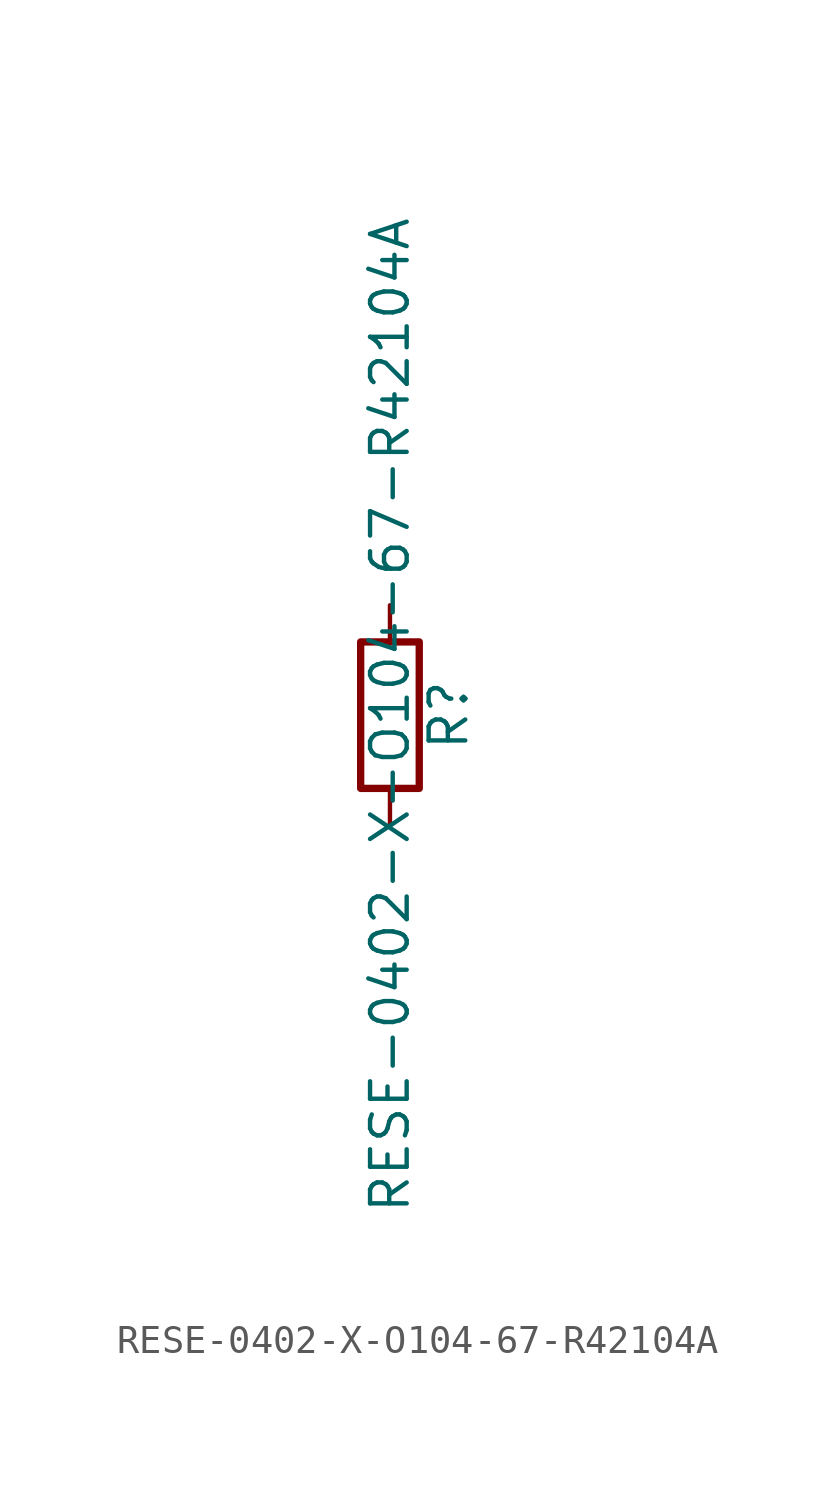
<source format=kicad_sym>
(kicad_symbol_lib
  (version 20211014)
  (generator kicad_symbol_editor)
  (symbol "RESE-0402-X-O104-67-R42104A"
    (pin_numbers hide)
    (pin_names
      (offset 0))
    (property "Reference" "R"
      (at 2.032 0 90)
      (effects (font (size 1.27 1.27))))
    (property "Value" "RESE-0402-X-O104-67-R42104A"
      (at 0 0 90)
      (effects (font (size 1.27 1.27))))
    (symbol "RESE-0402-X-O104-67-R42104A_0_1"
      (rectangle (start -1.016 -2.54) (end 1.016 2.54) (stroke (width 0.254) (type default) (color 0 0 0 0)) (fill (type none))))
    (symbol "RESE-0402-X-O104-67-R42104A_1_1"
      (pin passive line (at 0 3.81 270) (length 1.27) (name "~" (effects (font (size 1.27 1.27)))) (number "1" (effects (font (size 1.27 1.27)))))
      (pin passive line (at 0 -3.81 90) (length 1.27) (name "~" (effects (font (size 1.27 1.27)))) (number "2" (effects (font (size 1.27 1.27))))))))
</source>
